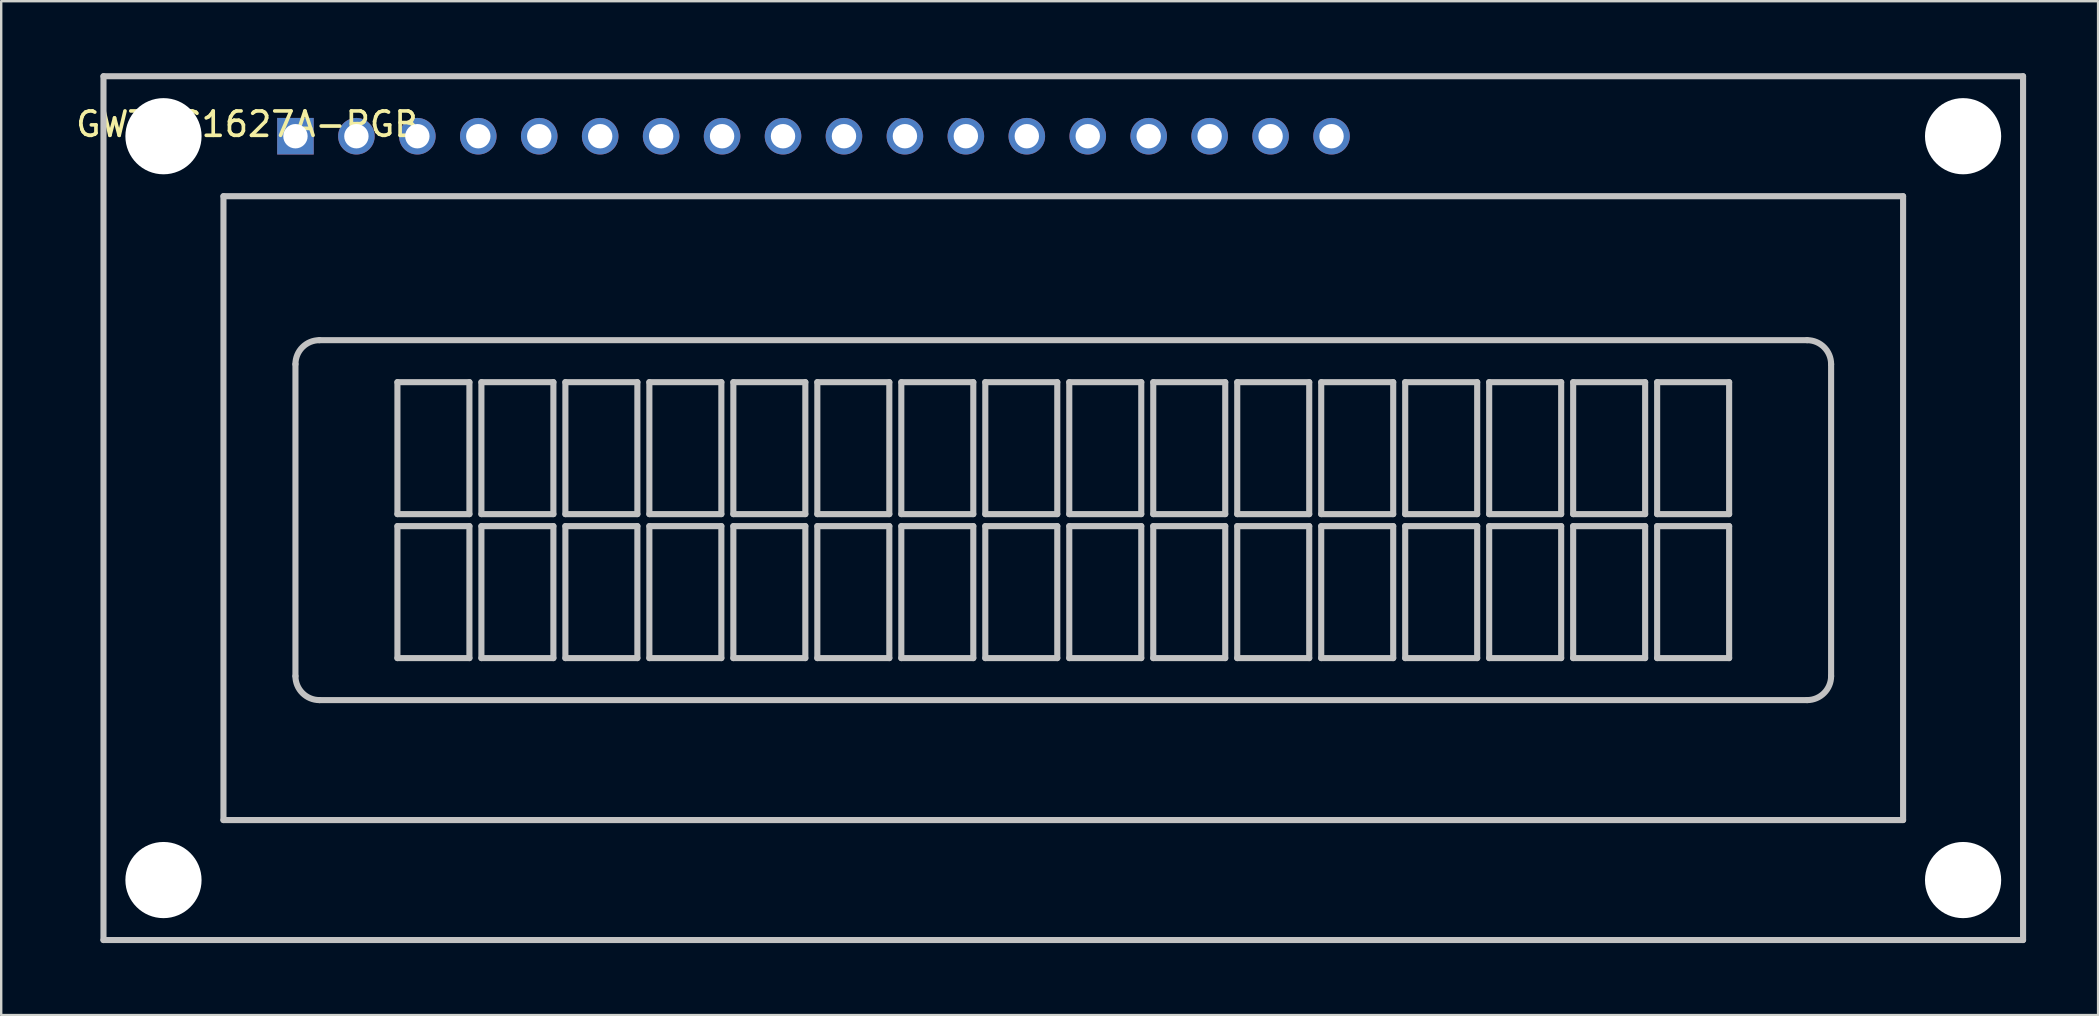
<source format=kicad_pcb>
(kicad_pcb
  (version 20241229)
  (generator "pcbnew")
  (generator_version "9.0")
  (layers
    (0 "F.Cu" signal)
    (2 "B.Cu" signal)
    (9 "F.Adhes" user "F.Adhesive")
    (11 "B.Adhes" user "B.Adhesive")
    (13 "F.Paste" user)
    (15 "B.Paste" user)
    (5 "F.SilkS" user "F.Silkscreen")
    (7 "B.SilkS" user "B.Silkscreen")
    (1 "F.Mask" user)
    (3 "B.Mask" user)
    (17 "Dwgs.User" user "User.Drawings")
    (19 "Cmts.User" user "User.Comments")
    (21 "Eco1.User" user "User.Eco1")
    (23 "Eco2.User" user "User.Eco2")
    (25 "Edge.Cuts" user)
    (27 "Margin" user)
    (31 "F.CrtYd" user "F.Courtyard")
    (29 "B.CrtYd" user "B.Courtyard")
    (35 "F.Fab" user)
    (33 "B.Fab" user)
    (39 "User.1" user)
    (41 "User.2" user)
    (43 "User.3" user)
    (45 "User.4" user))
  (footprint "GWT-C1627A-RGB"
    (layer "F.Cu")
    (at 9.263 2.627)
    (property "Reference" "GWT-C1627A-RGB" (at -2 -0.5 0) (layer "F.SilkS") (effects (font (size 1.016 1.016) (thickness 0.152))))
    (attr through_hole)
    (fp_line (start -8 -2.5) (end 72 -2.5) (stroke (width 0.254) (type solid)) (layer "Dwgs.User"))
    (fp_line (start -8 33.5) (end -8 -2.5) (stroke (width 0.254) (type solid)) (layer "Dwgs.User"))
    (fp_line (start -3 2.5) (end 67 2.5) (stroke (width 0.254) (type solid)) (layer "Dwgs.User"))
    (fp_line (start -3 28.5) (end -3 2.5) (stroke (width 0.254) (type solid)) (layer "Dwgs.User"))
    (fp_line (start 0 22.5) (end 0 9.5) (stroke (width 0.254) (type solid)) (layer "Dwgs.User"))
    (fp_line (start 1 8.5) (end 63 8.5) (stroke (width 0.254) (type solid)) (layer "Dwgs.User"))
    (fp_line (start 4.25 10.25) (end 7.25 10.25) (stroke (width 0.254) (type solid)) (layer "Dwgs.User"))
    (fp_line (start 4.25 15.75) (end 4.25 10.25) (stroke (width 0.254) (type solid)) (layer "Dwgs.User"))
    (fp_line (start 4.25 16.25) (end 7.25 16.25) (stroke (width 0.254) (type solid)) (layer "Dwgs.User"))
    (fp_line (start 4.25 21.75) (end 4.25 16.25) (stroke (width 0.254) (type solid)) (layer "Dwgs.User"))
    (fp_line (start 7.25 10.25) (end 7.25 15.75) (stroke (width 0.254) (type solid)) (layer "Dwgs.User"))
    (fp_line (start 7.25 15.75) (end 4.25 15.75) (stroke (width 0.254) (type solid)) (layer "Dwgs.User"))
    (fp_line (start 7.25 16.25) (end 7.25 21.75) (stroke (width 0.254) (type solid)) (layer "Dwgs.User"))
    (fp_line (start 7.25 21.75) (end 4.25 21.75) (stroke (width 0.254) (type solid)) (layer "Dwgs.User"))
    (fp_line (start 7.75 10.25) (end 10.75 10.25) (stroke (width 0.254) (type solid)) (layer "Dwgs.User"))
    (fp_line (start 7.75 15.75) (end 7.75 10.25) (stroke (width 0.254) (type solid)) (layer "Dwgs.User"))
    (fp_line (start 7.75 16.25) (end 10.75 16.25) (stroke (width 0.254) (type solid)) (layer "Dwgs.User"))
    (fp_line (start 7.75 21.75) (end 7.75 16.25) (stroke (width 0.254) (type solid)) (layer "Dwgs.User"))
    (fp_line (start 10.75 10.25) (end 10.75 15.75) (stroke (width 0.254) (type solid)) (layer "Dwgs.User"))
    (fp_line (start 10.75 15.75) (end 7.75 15.75) (stroke (width 0.254) (type solid)) (layer "Dwgs.User"))
    (fp_line (start 10.75 16.25) (end 10.75 21.75) (stroke (width 0.254) (type solid)) (layer "Dwgs.User"))
    (fp_line (start 10.75 21.75) (end 7.75 21.75) (stroke (width 0.254) (type solid)) (layer "Dwgs.User"))
    (fp_line (start 11.25 10.25) (end 14.25 10.25) (stroke (width 0.254) (type solid)) (layer "Dwgs.User"))
    (fp_line (start 11.25 15.75) (end 11.25 10.25) (stroke (width 0.254) (type solid)) (layer "Dwgs.User"))
    (fp_line (start 11.25 16.25) (end 14.25 16.25) (stroke (width 0.254) (type solid)) (layer "Dwgs.User"))
    (fp_line (start 11.25 21.75) (end 11.25 16.25) (stroke (width 0.254) (type solid)) (layer "Dwgs.User"))
    (fp_line (start 14.25 10.25) (end 14.25 15.75) (stroke (width 0.254) (type solid)) (layer "Dwgs.User"))
    (fp_line (start 14.25 15.75) (end 11.25 15.75) (stroke (width 0.254) (type solid)) (layer "Dwgs.User"))
    (fp_line (start 14.25 16.25) (end 14.25 21.75) (stroke (width 0.254) (type solid)) (layer "Dwgs.User"))
    (fp_line (start 14.25 21.75) (end 11.25 21.75) (stroke (width 0.254) (type solid)) (layer "Dwgs.User"))
    (fp_line (start 14.75 10.25) (end 17.75 10.25) (stroke (width 0.254) (type solid)) (layer "Dwgs.User"))
    (fp_line (start 14.75 15.75) (end 14.75 10.25) (stroke (width 0.254) (type solid)) (layer "Dwgs.User"))
    (fp_line (start 14.75 16.25) (end 17.75 16.25) (stroke (width 0.254) (type solid)) (layer "Dwgs.User"))
    (fp_line (start 14.75 21.75) (end 14.75 16.25) (stroke (width 0.254) (type solid)) (layer "Dwgs.User"))
    (fp_line (start 17.75 10.25) (end 17.75 15.75) (stroke (width 0.254) (type solid)) (layer "Dwgs.User"))
    (fp_line (start 17.75 15.75) (end 14.75 15.75) (stroke (width 0.254) (type solid)) (layer "Dwgs.User"))
    (fp_line (start 17.75 16.25) (end 17.75 21.75) (stroke (width 0.254) (type solid)) (layer "Dwgs.User"))
    (fp_line (start 17.75 21.75) (end 14.75 21.75) (stroke (width 0.254) (type solid)) (layer "Dwgs.User"))
    (fp_line (start 18.25 10.25) (end 21.25 10.25) (stroke (width 0.254) (type solid)) (layer "Dwgs.User"))
    (fp_line (start 18.25 15.75) (end 18.25 10.25) (stroke (width 0.254) (type solid)) (layer "Dwgs.User"))
    (fp_line (start 18.25 16.25) (end 21.25 16.25) (stroke (width 0.254) (type solid)) (layer "Dwgs.User"))
    (fp_line (start 18.25 21.75) (end 18.25 16.25) (stroke (width 0.254) (type solid)) (layer "Dwgs.User"))
    (fp_line (start 21.25 10.25) (end 21.25 15.75) (stroke (width 0.254) (type solid)) (layer "Dwgs.User"))
    (fp_line (start 21.25 15.75) (end 18.25 15.75) (stroke (width 0.254) (type solid)) (layer "Dwgs.User"))
    (fp_line (start 21.25 16.25) (end 21.25 21.75) (stroke (width 0.254) (type solid)) (layer "Dwgs.User"))
    (fp_line (start 21.25 21.75) (end 18.25 21.75) (stroke (width 0.254) (type solid)) (layer "Dwgs.User"))
    (fp_line (start 21.75 10.25) (end 24.75 10.25) (stroke (width 0.254) (type solid)) (layer "Dwgs.User"))
    (fp_line (start 21.75 15.75) (end 21.75 10.25) (stroke (width 0.254) (type solid)) (layer "Dwgs.User"))
    (fp_line (start 21.75 16.25) (end 24.75 16.25) (stroke (width 0.254) (type solid)) (layer "Dwgs.User"))
    (fp_line (start 21.75 21.75) (end 21.75 16.25) (stroke (width 0.254) (type solid)) (layer "Dwgs.User"))
    (fp_line (start 24.75 10.25) (end 24.75 15.75) (stroke (width 0.254) (type solid)) (layer "Dwgs.User"))
    (fp_line (start 24.75 15.75) (end 21.75 15.75) (stroke (width 0.254) (type solid)) (layer "Dwgs.User"))
    (fp_line (start 24.75 16.25) (end 24.75 21.75) (stroke (width 0.254) (type solid)) (layer "Dwgs.User"))
    (fp_line (start 24.75 21.75) (end 21.75 21.75) (stroke (width 0.254) (type solid)) (layer "Dwgs.User"))
    (fp_line (start 25.25 10.25) (end 28.25 10.25) (stroke (width 0.254) (type solid)) (layer "Dwgs.User"))
    (fp_line (start 25.25 15.75) (end 25.25 10.25) (stroke (width 0.254) (type solid)) (layer "Dwgs.User"))
    (fp_line (start 25.25 16.25) (end 28.25 16.25) (stroke (width 0.254) (type solid)) (layer "Dwgs.User"))
    (fp_line (start 25.25 21.75) (end 25.25 16.25) (stroke (width 0.254) (type solid)) (layer "Dwgs.User"))
    (fp_line (start 28.25 10.25) (end 28.25 15.75) (stroke (width 0.254) (type solid)) (layer "Dwgs.User"))
    (fp_line (start 28.25 15.75) (end 25.25 15.75) (stroke (width 0.254) (type solid)) (layer "Dwgs.User"))
    (fp_line (start 28.25 16.25) (end 28.25 21.75) (stroke (width 0.254) (type solid)) (layer "Dwgs.User"))
    (fp_line (start 28.25 21.75) (end 25.25 21.75) (stroke (width 0.254) (type solid)) (layer "Dwgs.User"))
    (fp_line (start 28.75 10.25) (end 31.75 10.25) (stroke (width 0.254) (type solid)) (layer "Dwgs.User"))
    (fp_line (start 28.75 15.75) (end 28.75 10.25) (stroke (width 0.254) (type solid)) (layer "Dwgs.User"))
    (fp_line (start 28.75 16.25) (end 31.75 16.25) (stroke (width 0.254) (type solid)) (layer "Dwgs.User"))
    (fp_line (start 28.75 21.75) (end 28.75 16.25) (stroke (width 0.254) (type solid)) (layer "Dwgs.User"))
    (fp_line (start 31.75 10.25) (end 31.75 15.75) (stroke (width 0.254) (type solid)) (layer "Dwgs.User"))
    (fp_line (start 31.75 15.75) (end 28.75 15.75) (stroke (width 0.254) (type solid)) (layer "Dwgs.User"))
    (fp_line (start 31.75 16.25) (end 31.75 21.75) (stroke (width 0.254) (type solid)) (layer "Dwgs.User"))
    (fp_line (start 31.75 21.75) (end 28.75 21.75) (stroke (width 0.254) (type solid)) (layer "Dwgs.User"))
    (fp_line (start 32.25 10.25) (end 35.25 10.25) (stroke (width 0.254) (type solid)) (layer "Dwgs.User"))
    (fp_line (start 32.25 15.75) (end 32.25 10.25) (stroke (width 0.254) (type solid)) (layer "Dwgs.User"))
    (fp_line (start 32.25 16.25) (end 35.25 16.25) (stroke (width 0.254) (type solid)) (layer "Dwgs.User"))
    (fp_line (start 32.25 21.75) (end 32.25 16.25) (stroke (width 0.254) (type solid)) (layer "Dwgs.User"))
    (fp_line (start 35.25 10.25) (end 35.25 15.75) (stroke (width 0.254) (type solid)) (layer "Dwgs.User"))
    (fp_line (start 35.25 15.75) (end 32.25 15.75) (stroke (width 0.254) (type solid)) (layer "Dwgs.User"))
    (fp_line (start 35.25 16.25) (end 35.25 21.75) (stroke (width 0.254) (type solid)) (layer "Dwgs.User"))
    (fp_line (start 35.25 21.75) (end 32.25 21.75) (stroke (width 0.254) (type solid)) (layer "Dwgs.User"))
    (fp_line (start 35.75 10.25) (end 38.75 10.25) (stroke (width 0.254) (type solid)) (layer "Dwgs.User"))
    (fp_line (start 35.75 15.75) (end 35.75 10.25) (stroke (width 0.254) (type solid)) (layer "Dwgs.User"))
    (fp_line (start 35.75 16.25) (end 38.75 16.25) (stroke (width 0.254) (type solid)) (layer "Dwgs.User"))
    (fp_line (start 35.75 21.75) (end 35.75 16.25) (stroke (width 0.254) (type solid)) (layer "Dwgs.User"))
    (fp_line (start 38.75 10.25) (end 38.75 15.75) (stroke (width 0.254) (type solid)) (layer "Dwgs.User"))
    (fp_line (start 38.75 15.75) (end 35.75 15.75) (stroke (width 0.254) (type solid)) (layer "Dwgs.User"))
    (fp_line (start 38.75 16.25) (end 38.75 21.75) (stroke (width 0.254) (type solid)) (layer "Dwgs.User"))
    (fp_line (start 38.75 21.75) (end 35.75 21.75) (stroke (width 0.254) (type solid)) (layer "Dwgs.User"))
    (fp_line (start 39.25 10.25) (end 42.25 10.25) (stroke (width 0.254) (type solid)) (layer "Dwgs.User"))
    (fp_line (start 39.25 15.75) (end 39.25 10.25) (stroke (width 0.254) (type solid)) (layer "Dwgs.User"))
    (fp_line (start 39.25 16.25) (end 42.25 16.25) (stroke (width 0.254) (type solid)) (layer "Dwgs.User"))
    (fp_line (start 39.25 21.75) (end 39.25 16.25) (stroke (width 0.254) (type solid)) (layer "Dwgs.User"))
    (fp_line (start 42.25 10.25) (end 42.25 15.75) (stroke (width 0.254) (type solid)) (layer "Dwgs.User"))
    (fp_line (start 42.25 15.75) (end 39.25 15.75) (stroke (width 0.254) (type solid)) (layer "Dwgs.User"))
    (fp_line (start 42.25 16.25) (end 42.25 21.75) (stroke (width 0.254) (type solid)) (layer "Dwgs.User"))
    (fp_line (start 42.25 21.75) (end 39.25 21.75) (stroke (width 0.254) (type solid)) (layer "Dwgs.User"))
    (fp_line (start 42.75 10.25) (end 45.75 10.25) (stroke (width 0.254) (type solid)) (layer "Dwgs.User"))
    (fp_line (start 42.75 15.75) (end 42.75 10.25) (stroke (width 0.254) (type solid)) (layer "Dwgs.User"))
    (fp_line (start 42.75 16.25) (end 45.75 16.25) (stroke (width 0.254) (type solid)) (layer "Dwgs.User"))
    (fp_line (start 42.75 21.75) (end 42.75 16.25) (stroke (width 0.254) (type solid)) (layer "Dwgs.User"))
    (fp_line (start 45.75 10.25) (end 45.75 15.75) (stroke (width 0.254) (type solid)) (layer "Dwgs.User"))
    (fp_line (start 45.75 15.75) (end 42.75 15.75) (stroke (width 0.254) (type solid)) (layer "Dwgs.User"))
    (fp_line (start 45.75 16.25) (end 45.75 21.75) (stroke (width 0.254) (type solid)) (layer "Dwgs.User"))
    (fp_line (start 45.75 21.75) (end 42.75 21.75) (stroke (width 0.254) (type solid)) (layer "Dwgs.User"))
    (fp_line (start 46.25 10.25) (end 49.25 10.25) (stroke (width 0.254) (type solid)) (layer "Dwgs.User"))
    (fp_line (start 46.25 15.75) (end 46.25 10.25) (stroke (width 0.254) (type solid)) (layer "Dwgs.User"))
    (fp_line (start 46.25 16.25) (end 49.25 16.25) (stroke (width 0.254) (type solid)) (layer "Dwgs.User"))
    (fp_line (start 46.25 21.75) (end 46.25 16.25) (stroke (width 0.254) (type solid)) (layer "Dwgs.User"))
    (fp_line (start 49.25 10.25) (end 49.25 15.75) (stroke (width 0.254) (type solid)) (layer "Dwgs.User"))
    (fp_line (start 49.25 15.75) (end 46.25 15.75) (stroke (width 0.254) (type solid)) (layer "Dwgs.User"))
    (fp_line (start 49.25 16.25) (end 49.25 21.75) (stroke (width 0.254) (type solid)) (layer "Dwgs.User"))
    (fp_line (start 49.25 21.75) (end 46.25 21.75) (stroke (width 0.254) (type solid)) (layer "Dwgs.User"))
    (fp_line (start 49.75 10.25) (end 52.75 10.25) (stroke (width 0.254) (type solid)) (layer "Dwgs.User"))
    (fp_line (start 49.75 15.75) (end 49.75 10.25) (stroke (width 0.254) (type solid)) (layer "Dwgs.User"))
    (fp_line (start 49.75 16.25) (end 52.75 16.25) (stroke (width 0.254) (type solid)) (layer "Dwgs.User"))
    (fp_line (start 49.75 21.75) (end 49.75 16.25) (stroke (width 0.254) (type solid)) (layer "Dwgs.User"))
    (fp_line (start 52.75 10.25) (end 52.75 15.75) (stroke (width 0.254) (type solid)) (layer "Dwgs.User"))
    (fp_line (start 52.75 15.75) (end 49.75 15.75) (stroke (width 0.254) (type solid)) (layer "Dwgs.User"))
    (fp_line (start 52.75 16.25) (end 52.75 21.75) (stroke (width 0.254) (type solid)) (layer "Dwgs.User"))
    (fp_line (start 52.75 21.75) (end 49.75 21.75) (stroke (width 0.254) (type solid)) (layer "Dwgs.User"))
    (fp_line (start 53.25 10.25) (end 56.25 10.25) (stroke (width 0.254) (type solid)) (layer "Dwgs.User"))
    (fp_line (start 53.25 15.75) (end 53.25 10.25) (stroke (width 0.254) (type solid)) (layer "Dwgs.User"))
    (fp_line (start 53.25 16.25) (end 56.25 16.25) (stroke (width 0.254) (type solid)) (layer "Dwgs.User"))
    (fp_line (start 53.25 21.75) (end 53.25 16.25) (stroke (width 0.254) (type solid)) (layer "Dwgs.User"))
    (fp_line (start 56.25 10.25) (end 56.25 15.75) (stroke (width 0.254) (type solid)) (layer "Dwgs.User"))
    (fp_line (start 56.25 15.75) (end 53.25 15.75) (stroke (width 0.254) (type solid)) (layer "Dwgs.User"))
    (fp_line (start 56.25 16.25) (end 56.25 21.75) (stroke (width 0.254) (type solid)) (layer "Dwgs.User"))
    (fp_line (start 56.25 21.75) (end 53.25 21.75) (stroke (width 0.254) (type solid)) (layer "Dwgs.User"))
    (fp_line (start 56.75 10.25) (end 59.75 10.25) (stroke (width 0.254) (type solid)) (layer "Dwgs.User"))
    (fp_line (start 56.75 15.75) (end 56.75 10.25) (stroke (width 0.254) (type solid)) (layer "Dwgs.User"))
    (fp_line (start 56.75 16.25) (end 59.75 16.25) (stroke (width 0.254) (type solid)) (layer "Dwgs.User"))
    (fp_line (start 56.75 21.75) (end 56.75 16.25) (stroke (width 0.254) (type solid)) (layer "Dwgs.User"))
    (fp_line (start 59.75 10.25) (end 59.75 15.75) (stroke (width 0.254) (type solid)) (layer "Dwgs.User"))
    (fp_line (start 59.75 15.75) (end 56.75 15.75) (stroke (width 0.254) (type solid)) (layer "Dwgs.User"))
    (fp_line (start 59.75 16.25) (end 59.75 21.75) (stroke (width 0.254) (type solid)) (layer "Dwgs.User"))
    (fp_line (start 59.75 21.75) (end 56.75 21.75) (stroke (width 0.254) (type solid)) (layer "Dwgs.User"))
    (fp_line (start 63 23.5) (end 1 23.5) (stroke (width 0.254) (type solid)) (layer "Dwgs.User"))
    (fp_line (start 64 9.5) (end 64 22.5) (stroke (width 0.254) (type solid)) (layer "Dwgs.User"))
    (fp_line (start 67 2.5) (end 67 28.5) (stroke (width 0.254) (type solid)) (layer "Dwgs.User"))
    (fp_line (start 67 28.5) (end -3 28.5) (stroke (width 0.254) (type solid)) (layer "Dwgs.User"))
    (fp_line (start 72 -2.5) (end 72 33.5) (stroke (width 0.254) (type solid)) (layer "Dwgs.User"))
    (fp_line (start 72 33.5) (end -8 33.5) (stroke (width 0.254) (type solid)) (layer "Dwgs.User"))
    (fp_arc (start 0 9.5) (mid 0.292893 8.792893) (end 1 8.5) (stroke (width 0.254) (type solid)) (layer "Dwgs.User"))
    (fp_arc (start 1 23.5) (mid 0.292893 23.207107) (end 0 22.5) (stroke (width 0.254) (type solid)) (layer "Dwgs.User"))
    (fp_arc (start 63 8.5) (mid 63.707107 8.792893) (end 64 9.5) (stroke (width 0.254) (type solid)) (layer "Dwgs.User"))
    (fp_arc (start 64 22.5) (mid 63.707107 23.207107) (end 63 23.5) (stroke (width 0.254) (type solid)) (layer "Dwgs.User"))
    (pad "" np_thru_hole circle (at -5.5 0) (size 3.175 3.175) (drill 3.175) (layers "*.Cu" "*.Mask"))
    (pad "" np_thru_hole circle (at -5.5 31) (size 3.175 3.175) (drill 3.175) (layers "*.Cu" "*.Mask"))
    (pad "" np_thru_hole circle (at 69.5 0) (size 3.175 3.175) (drill 3.175) (layers "*.Cu" "*.Mask"))
    (pad "" np_thru_hole circle (at 69.5 31) (size 3.175 3.175) (drill 3.175) (layers "*.Cu" "*.Mask"))
    (pad "1" thru_hole rect (at 0 0) (size 1.524 1.524) (drill 1.016) (layers "*.Cu" "*.Mask"))
    (pad "2" thru_hole circle (at 2.54 0) (size 1.524 1.524) (drill 1.016) (layers "*.Cu" "*.Mask"))
    (pad "3" thru_hole circle (at 5.08 0) (size 1.524 1.524) (drill 1.016) (layers "*.Cu" "*.Mask"))
    (pad "4" thru_hole circle (at 7.62 0) (size 1.524 1.524) (drill 1.016) (layers "*.Cu" "*.Mask"))
    (pad "5" thru_hole circle (at 10.16 0) (size 1.524 1.524) (drill 1.016) (layers "*.Cu" "*.Mask"))
    (pad "6" thru_hole circle (at 12.7 0) (size 1.524 1.524) (drill 1.016) (layers "*.Cu" "*.Mask"))
    (pad "7" thru_hole circle (at 15.24 0) (size 1.524 1.524) (drill 1.016) (layers "*.Cu" "*.Mask"))
    (pad "8" thru_hole circle (at 17.78 0) (size 1.524 1.524) (drill 1.016) (layers "*.Cu" "*.Mask"))
    (pad "9" thru_hole circle (at 20.32 0) (size 1.524 1.524) (drill 1.016) (layers "*.Cu" "*.Mask"))
    (pad "10" thru_hole circle (at 22.86 0) (size 1.524 1.524) (drill 1.016) (layers "*.Cu" "*.Mask"))
    (pad "11" thru_hole circle (at 25.4 0) (size 1.524 1.524) (drill 1.016) (layers "*.Cu" "*.Mask"))
    (pad "12" thru_hole circle (at 27.94 0) (size 1.524 1.524) (drill 1.016) (layers "*.Cu" "*.Mask"))
    (pad "13" thru_hole circle (at 30.48 0) (size 1.524 1.524) (drill 1.016) (layers "*.Cu" "*.Mask"))
    (pad "14" thru_hole circle (at 33.02 0) (size 1.524 1.524) (drill 1.016) (layers "*.Cu" "*.Mask"))
    (pad "15" thru_hole circle (at 35.56 0) (size 1.524 1.524) (drill 1.016) (layers "*.Cu" "*.Mask"))
    (pad "16" thru_hole circle (at 38.1 0) (size 1.524 1.524) (drill 1.016) (layers "*.Cu" "*.Mask"))
    (pad "17" thru_hole circle (at 40.64 0) (size 1.524 1.524) (drill 1.016) (layers "*.Cu" "*.Mask"))
    (pad "18" thru_hole circle (at 43.18 0) (size 1.524 1.524) (drill 1.016) (layers "*.Cu" "*.Mask")))
  (gr_rect
    (start -3 -3)
    (end 84.39 39.254)
    (stroke (width 0.1) (type default))
    (fill no)
    (layer "Edge.Cuts")))
</source>
